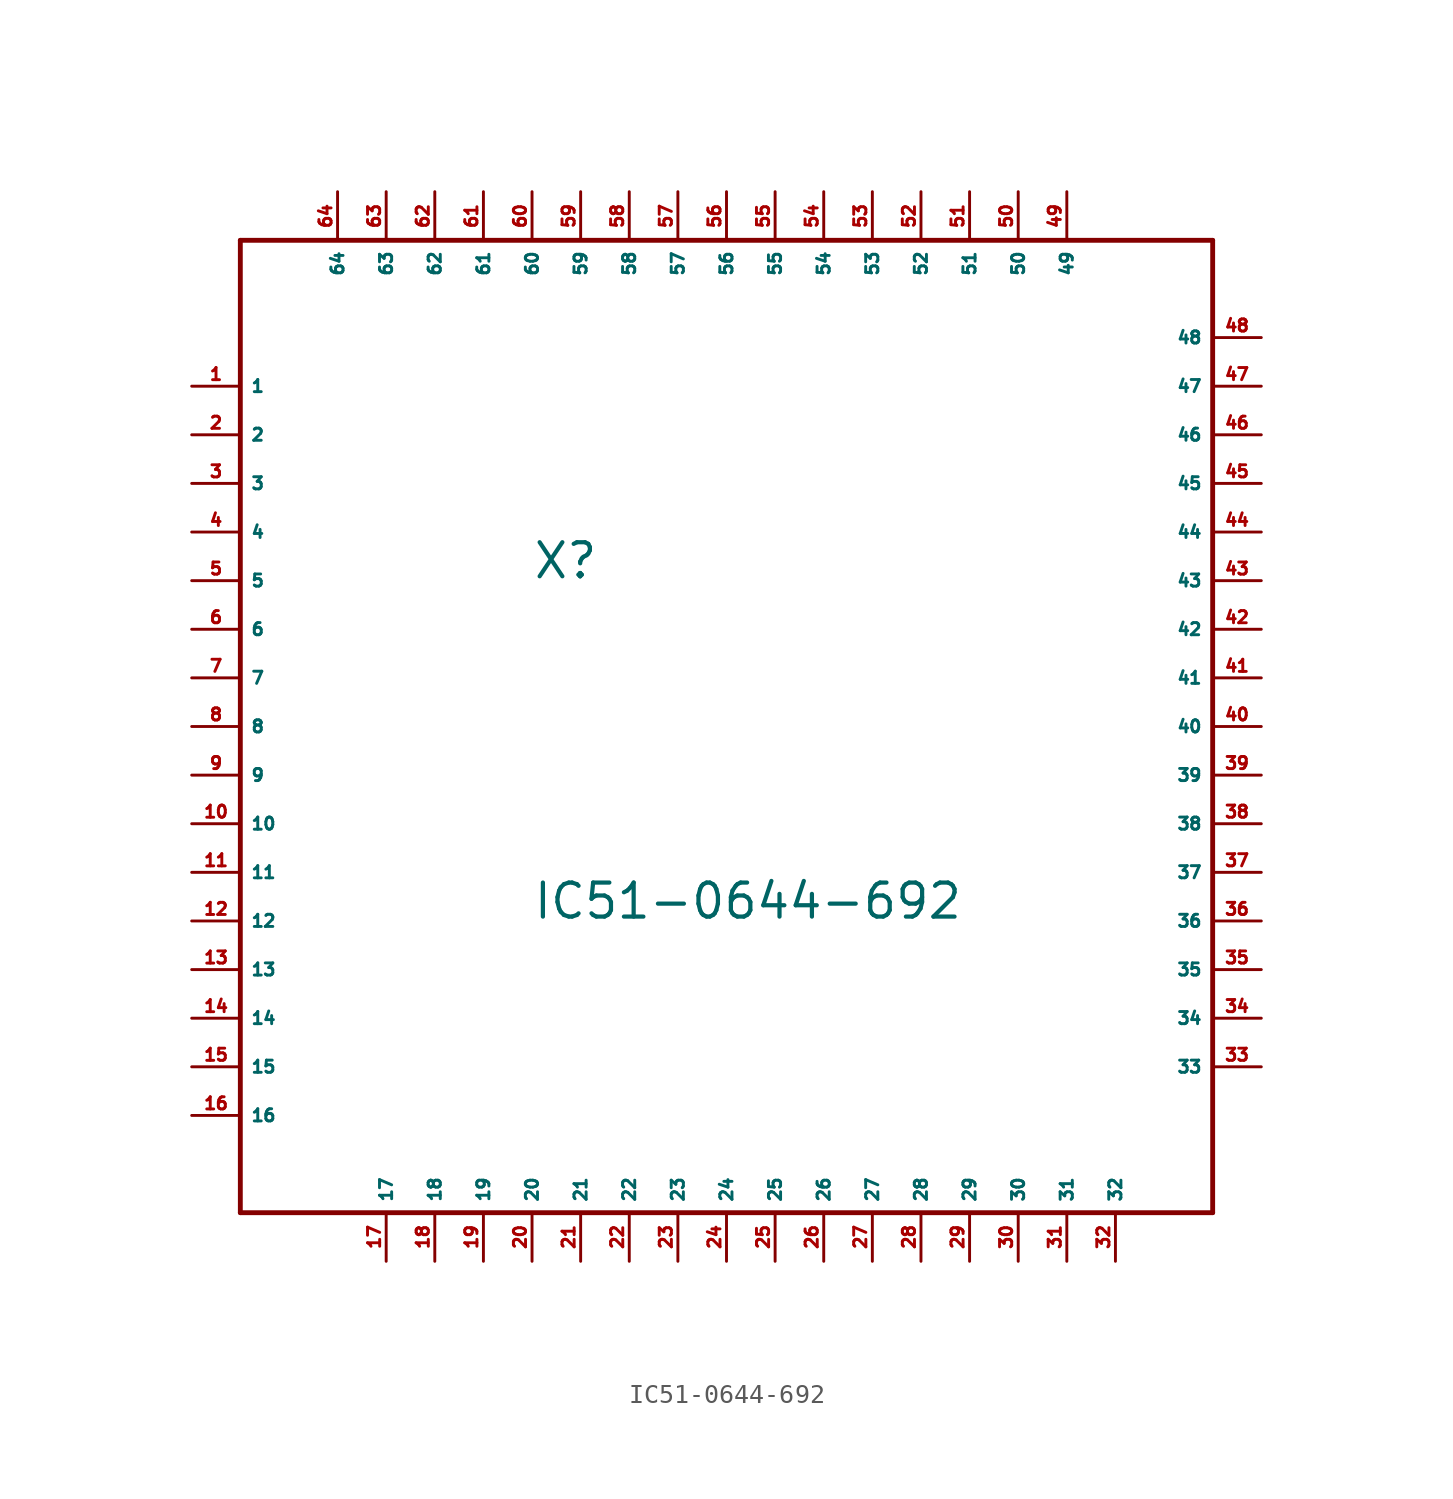
<source format=kicad_sym>
(kicad_symbol_lib
  (version 20220914)
  (generator Eagle2Kicad)
  (symbol "IC51-0644-692"
    (property "Reference" "X"
      (at -10.16 7.62 0)
      (effects (font (size 1.778 1.778) (thickness 0.22)) (justify left bottom)))
    (property "Value" "IC51-0644-692"
      (at -10.16 -10.16 0)
      (effects (font (size 1.778 1.778) (thickness 0.22)) (justify left bottom)))
    (polyline
      (pts (xy -25.4 25.4) (xy 25.4 25.4))
      (stroke (width 0.254) (type default))
      (fill (type none)))
    (polyline
      (pts (xy 25.4 25.4) (xy 25.4 -25.4))
      (stroke (width 0.254) (type default))
      (fill (type none)))
    (polyline
      (pts (xy 25.4 -25.4) (xy -25.4 -25.4))
      (stroke (width 0.254) (type default))
      (fill (type none)))
    (polyline
      (pts (xy -25.4 -25.4) (xy -25.4 25.4))
      (stroke (width 0.254) (type default))
      (fill (type none)))
    (pin passive line
      (at -27.94 17.78 0)
      (length 2.54)
      (name "1" (effects (font (size 0.635 0.635) (thickness 0.08)) (justify left bottom)))
      (number "1" (effects (font (size 0.635 0.635) (thickness 0.08)) (justify left bottom))))
    (pin passive line
      (at -27.94 15.24 0)
      (length 2.54)
      (name "2" (effects (font (size 0.635 0.635) (thickness 0.08)) (justify left bottom)))
      (number "2" (effects (font (size 0.635 0.635) (thickness 0.08)) (justify left bottom))))
    (pin passive line
      (at -27.94 12.7 0)
      (length 2.54)
      (name "3" (effects (font (size 0.635 0.635) (thickness 0.08)) (justify left bottom)))
      (number "3" (effects (font (size 0.635 0.635) (thickness 0.08)) (justify left bottom))))
    (pin passive line
      (at -27.94 10.16 0)
      (length 2.54)
      (name "4" (effects (font (size 0.635 0.635) (thickness 0.08)) (justify left bottom)))
      (number "4" (effects (font (size 0.635 0.635) (thickness 0.08)) (justify left bottom))))
    (pin passive line
      (at -27.94 7.62 0)
      (length 2.54)
      (name "5" (effects (font (size 0.635 0.635) (thickness 0.08)) (justify left bottom)))
      (number "5" (effects (font (size 0.635 0.635) (thickness 0.08)) (justify left bottom))))
    (pin passive line
      (at -27.94 5.08 0)
      (length 2.54)
      (name "6" (effects (font (size 0.635 0.635) (thickness 0.08)) (justify left bottom)))
      (number "6" (effects (font (size 0.635 0.635) (thickness 0.08)) (justify left bottom))))
    (pin passive line
      (at -27.94 2.54 0)
      (length 2.54)
      (name "7" (effects (font (size 0.635 0.635) (thickness 0.08)) (justify left bottom)))
      (number "7" (effects (font (size 0.635 0.635) (thickness 0.08)) (justify left bottom))))
    (pin passive line
      (at -27.94 0 0)
      (length 2.54)
      (name "8" (effects (font (size 0.635 0.635) (thickness 0.08)) (justify left bottom)))
      (number "8" (effects (font (size 0.635 0.635) (thickness 0.08)) (justify left bottom))))
    (pin passive line
      (at -27.94 -2.54 0)
      (length 2.54)
      (name "9" (effects (font (size 0.635 0.635) (thickness 0.08)) (justify left bottom)))
      (number "9" (effects (font (size 0.635 0.635) (thickness 0.08)) (justify left bottom))))
    (pin passive line
      (at -27.94 -5.08 0)
      (length 2.54)
      (name "10" (effects (font (size 0.635 0.635) (thickness 0.08)) (justify left bottom)))
      (number "10" (effects (font (size 0.635 0.635) (thickness 0.08)) (justify left bottom))))
    (pin passive line
      (at -27.94 -7.62 0)
      (length 2.54)
      (name "11" (effects (font (size 0.635 0.635) (thickness 0.08)) (justify left bottom)))
      (number "11" (effects (font (size 0.635 0.635) (thickness 0.08)) (justify left bottom))))
    (pin passive line
      (at -27.94 -10.16 0)
      (length 2.54)
      (name "12" (effects (font (size 0.635 0.635) (thickness 0.08)) (justify left bottom)))
      (number "12" (effects (font (size 0.635 0.635) (thickness 0.08)) (justify left bottom))))
    (pin passive line
      (at -27.94 -12.7 0)
      (length 2.54)
      (name "13" (effects (font (size 0.635 0.635) (thickness 0.08)) (justify left bottom)))
      (number "13" (effects (font (size 0.635 0.635) (thickness 0.08)) (justify left bottom))))
    (pin passive line
      (at -27.94 -15.24 0)
      (length 2.54)
      (name "14" (effects (font (size 0.635 0.635) (thickness 0.08)) (justify left bottom)))
      (number "14" (effects (font (size 0.635 0.635) (thickness 0.08)) (justify left bottom))))
    (pin passive line
      (at -27.94 -17.78 0)
      (length 2.54)
      (name "15" (effects (font (size 0.635 0.635) (thickness 0.08)) (justify left bottom)))
      (number "15" (effects (font (size 0.635 0.635) (thickness 0.08)) (justify left bottom))))
    (pin passive line
      (at -27.94 -20.32 0)
      (length 2.54)
      (name "16" (effects (font (size 0.635 0.635) (thickness 0.08)) (justify left bottom)))
      (number "16" (effects (font (size 0.635 0.635) (thickness 0.08)) (justify left bottom))))
    (pin passive line
      (at -17.78 -27.94 90)
      (length 2.54)
      (name "17" (effects (font (size 0.635 0.635) (thickness 0.08)) (justify left bottom)))
      (number "17" (effects (font (size 0.635 0.635) (thickness 0.08)) (justify left bottom))))
    (pin passive line
      (at -15.24 -27.94 90)
      (length 2.54)
      (name "18" (effects (font (size 0.635 0.635) (thickness 0.08)) (justify left bottom)))
      (number "18" (effects (font (size 0.635 0.635) (thickness 0.08)) (justify left bottom))))
    (pin passive line
      (at -12.7 -27.94 90)
      (length 2.54)
      (name "19" (effects (font (size 0.635 0.635) (thickness 0.08)) (justify left bottom)))
      (number "19" (effects (font (size 0.635 0.635) (thickness 0.08)) (justify left bottom))))
    (pin passive line
      (at -10.16 -27.94 90)
      (length 2.54)
      (name "20" (effects (font (size 0.635 0.635) (thickness 0.08)) (justify left bottom)))
      (number "20" (effects (font (size 0.635 0.635) (thickness 0.08)) (justify left bottom))))
    (pin passive line
      (at -7.62 -27.94 90)
      (length 2.54)
      (name "21" (effects (font (size 0.635 0.635) (thickness 0.08)) (justify left bottom)))
      (number "21" (effects (font (size 0.635 0.635) (thickness 0.08)) (justify left bottom))))
    (pin passive line
      (at -5.08 -27.94 90)
      (length 2.54)
      (name "22" (effects (font (size 0.635 0.635) (thickness 0.08)) (justify left bottom)))
      (number "22" (effects (font (size 0.635 0.635) (thickness 0.08)) (justify left bottom))))
    (pin passive line
      (at -2.54 -27.94 90)
      (length 2.54)
      (name "23" (effects (font (size 0.635 0.635) (thickness 0.08)) (justify left bottom)))
      (number "23" (effects (font (size 0.635 0.635) (thickness 0.08)) (justify left bottom))))
    (pin passive line
      (at 0 -27.94 90)
      (length 2.54)
      (name "24" (effects (font (size 0.635 0.635) (thickness 0.08)) (justify left bottom)))
      (number "24" (effects (font (size 0.635 0.635) (thickness 0.08)) (justify left bottom))))
    (pin passive line
      (at 2.54 -27.94 90)
      (length 2.54)
      (name "25" (effects (font (size 0.635 0.635) (thickness 0.08)) (justify left bottom)))
      (number "25" (effects (font (size 0.635 0.635) (thickness 0.08)) (justify left bottom))))
    (pin passive line
      (at 5.08 -27.94 90)
      (length 2.54)
      (name "26" (effects (font (size 0.635 0.635) (thickness 0.08)) (justify left bottom)))
      (number "26" (effects (font (size 0.635 0.635) (thickness 0.08)) (justify left bottom))))
    (pin passive line
      (at 7.62 -27.94 90)
      (length 2.54)
      (name "27" (effects (font (size 0.635 0.635) (thickness 0.08)) (justify left bottom)))
      (number "27" (effects (font (size 0.635 0.635) (thickness 0.08)) (justify left bottom))))
    (pin passive line
      (at 10.16 -27.94 90)
      (length 2.54)
      (name "28" (effects (font (size 0.635 0.635) (thickness 0.08)) (justify left bottom)))
      (number "28" (effects (font (size 0.635 0.635) (thickness 0.08)) (justify left bottom))))
    (pin passive line
      (at 12.7 -27.94 90)
      (length 2.54)
      (name "29" (effects (font (size 0.635 0.635) (thickness 0.08)) (justify left bottom)))
      (number "29" (effects (font (size 0.635 0.635) (thickness 0.08)) (justify left bottom))))
    (pin passive line
      (at 15.24 -27.94 90)
      (length 2.54)
      (name "30" (effects (font (size 0.635 0.635) (thickness 0.08)) (justify left bottom)))
      (number "30" (effects (font (size 0.635 0.635) (thickness 0.08)) (justify left bottom))))
    (pin passive line
      (at 17.78 -27.94 90)
      (length 2.54)
      (name "31" (effects (font (size 0.635 0.635) (thickness 0.08)) (justify left bottom)))
      (number "31" (effects (font (size 0.635 0.635) (thickness 0.08)) (justify left bottom))))
    (pin passive line
      (at 20.32 -27.94 90)
      (length 2.54)
      (name "32" (effects (font (size 0.635 0.635) (thickness 0.08)) (justify left bottom)))
      (number "32" (effects (font (size 0.635 0.635) (thickness 0.08)) (justify left bottom))))
    (pin passive line
      (at 27.94 -17.78 180)
      (length 2.54)
      (name "33" (effects (font (size 0.635 0.635) (thickness 0.08)) (justify left bottom)))
      (number "33" (effects (font (size 0.635 0.635) (thickness 0.08)) (justify left bottom))))
    (pin passive line
      (at 27.94 -15.24 180)
      (length 2.54)
      (name "34" (effects (font (size 0.635 0.635) (thickness 0.08)) (justify left bottom)))
      (number "34" (effects (font (size 0.635 0.635) (thickness 0.08)) (justify left bottom))))
    (pin passive line
      (at 27.94 -12.7 180)
      (length 2.54)
      (name "35" (effects (font (size 0.635 0.635) (thickness 0.08)) (justify left bottom)))
      (number "35" (effects (font (size 0.635 0.635) (thickness 0.08)) (justify left bottom))))
    (pin passive line
      (at 27.94 -10.16 180)
      (length 2.54)
      (name "36" (effects (font (size 0.635 0.635) (thickness 0.08)) (justify left bottom)))
      (number "36" (effects (font (size 0.635 0.635) (thickness 0.08)) (justify left bottom))))
    (pin passive line
      (at 27.94 -7.62 180)
      (length 2.54)
      (name "37" (effects (font (size 0.635 0.635) (thickness 0.08)) (justify left bottom)))
      (number "37" (effects (font (size 0.635 0.635) (thickness 0.08)) (justify left bottom))))
    (pin passive line
      (at 27.94 -5.08 180)
      (length 2.54)
      (name "38" (effects (font (size 0.635 0.635) (thickness 0.08)) (justify left bottom)))
      (number "38" (effects (font (size 0.635 0.635) (thickness 0.08)) (justify left bottom))))
    (pin passive line
      (at 27.94 -2.54 180)
      (length 2.54)
      (name "39" (effects (font (size 0.635 0.635) (thickness 0.08)) (justify left bottom)))
      (number "39" (effects (font (size 0.635 0.635) (thickness 0.08)) (justify left bottom))))
    (pin passive line
      (at 27.94 0 180)
      (length 2.54)
      (name "40" (effects (font (size 0.635 0.635) (thickness 0.08)) (justify left bottom)))
      (number "40" (effects (font (size 0.635 0.635) (thickness 0.08)) (justify left bottom))))
    (pin passive line
      (at 27.94 2.54 180)
      (length 2.54)
      (name "41" (effects (font (size 0.635 0.635) (thickness 0.08)) (justify left bottom)))
      (number "41" (effects (font (size 0.635 0.635) (thickness 0.08)) (justify left bottom))))
    (pin passive line
      (at 27.94 5.08 180)
      (length 2.54)
      (name "42" (effects (font (size 0.635 0.635) (thickness 0.08)) (justify left bottom)))
      (number "42" (effects (font (size 0.635 0.635) (thickness 0.08)) (justify left bottom))))
    (pin passive line
      (at 27.94 7.62 180)
      (length 2.54)
      (name "43" (effects (font (size 0.635 0.635) (thickness 0.08)) (justify left bottom)))
      (number "43" (effects (font (size 0.635 0.635) (thickness 0.08)) (justify left bottom))))
    (pin passive line
      (at 27.94 10.16 180)
      (length 2.54)
      (name "44" (effects (font (size 0.635 0.635) (thickness 0.08)) (justify left bottom)))
      (number "44" (effects (font (size 0.635 0.635) (thickness 0.08)) (justify left bottom))))
    (pin passive line
      (at 27.94 12.7 180)
      (length 2.54)
      (name "45" (effects (font (size 0.635 0.635) (thickness 0.08)) (justify left bottom)))
      (number "45" (effects (font (size 0.635 0.635) (thickness 0.08)) (justify left bottom))))
    (pin passive line
      (at 27.94 15.24 180)
      (length 2.54)
      (name "46" (effects (font (size 0.635 0.635) (thickness 0.08)) (justify left bottom)))
      (number "46" (effects (font (size 0.635 0.635) (thickness 0.08)) (justify left bottom))))
    (pin passive line
      (at 27.94 17.78 180)
      (length 2.54)
      (name "47" (effects (font (size 0.635 0.635) (thickness 0.08)) (justify left bottom)))
      (number "47" (effects (font (size 0.635 0.635) (thickness 0.08)) (justify left bottom))))
    (pin passive line
      (at 27.94 20.32 180)
      (length 2.54)
      (name "48" (effects (font (size 0.635 0.635) (thickness 0.08)) (justify left bottom)))
      (number "48" (effects (font (size 0.635 0.635) (thickness 0.08)) (justify left bottom))))
    (pin passive line
      (at 17.78 27.94 270)
      (length 2.54)
      (name "49" (effects (font (size 0.635 0.635) (thickness 0.08)) (justify left bottom)))
      (number "49" (effects (font (size 0.635 0.635) (thickness 0.08)) (justify left bottom))))
    (pin passive line
      (at 15.24 27.94 270)
      (length 2.54)
      (name "50" (effects (font (size 0.635 0.635) (thickness 0.08)) (justify left bottom)))
      (number "50" (effects (font (size 0.635 0.635) (thickness 0.08)) (justify left bottom))))
    (pin passive line
      (at 12.7 27.94 270)
      (length 2.54)
      (name "51" (effects (font (size 0.635 0.635) (thickness 0.08)) (justify left bottom)))
      (number "51" (effects (font (size 0.635 0.635) (thickness 0.08)) (justify left bottom))))
    (pin passive line
      (at 10.16 27.94 270)
      (length 2.54)
      (name "52" (effects (font (size 0.635 0.635) (thickness 0.08)) (justify left bottom)))
      (number "52" (effects (font (size 0.635 0.635) (thickness 0.08)) (justify left bottom))))
    (pin passive line
      (at 7.62 27.94 270)
      (length 2.54)
      (name "53" (effects (font (size 0.635 0.635) (thickness 0.08)) (justify left bottom)))
      (number "53" (effects (font (size 0.635 0.635) (thickness 0.08)) (justify left bottom))))
    (pin passive line
      (at 5.08 27.94 270)
      (length 2.54)
      (name "54" (effects (font (size 0.635 0.635) (thickness 0.08)) (justify left bottom)))
      (number "54" (effects (font (size 0.635 0.635) (thickness 0.08)) (justify left bottom))))
    (pin passive line
      (at 2.54 27.94 270)
      (length 2.54)
      (name "55" (effects (font (size 0.635 0.635) (thickness 0.08)) (justify left bottom)))
      (number "55" (effects (font (size 0.635 0.635) (thickness 0.08)) (justify left bottom))))
    (pin passive line
      (at 0 27.94 270)
      (length 2.54)
      (name "56" (effects (font (size 0.635 0.635) (thickness 0.08)) (justify left bottom)))
      (number "56" (effects (font (size 0.635 0.635) (thickness 0.08)) (justify left bottom))))
    (pin passive line
      (at -2.54 27.94 270)
      (length 2.54)
      (name "57" (effects (font (size 0.635 0.635) (thickness 0.08)) (justify left bottom)))
      (number "57" (effects (font (size 0.635 0.635) (thickness 0.08)) (justify left bottom))))
    (pin passive line
      (at -5.08 27.94 270)
      (length 2.54)
      (name "58" (effects (font (size 0.635 0.635) (thickness 0.08)) (justify left bottom)))
      (number "58" (effects (font (size 0.635 0.635) (thickness 0.08)) (justify left bottom))))
    (pin passive line
      (at -7.62 27.94 270)
      (length 2.54)
      (name "59" (effects (font (size 0.635 0.635) (thickness 0.08)) (justify left bottom)))
      (number "59" (effects (font (size 0.635 0.635) (thickness 0.08)) (justify left bottom))))
    (pin passive line
      (at -10.16 27.94 270)
      (length 2.54)
      (name "60" (effects (font (size 0.635 0.635) (thickness 0.08)) (justify left bottom)))
      (number "60" (effects (font (size 0.635 0.635) (thickness 0.08)) (justify left bottom))))
    (pin passive line
      (at -12.7 27.94 270)
      (length 2.54)
      (name "61" (effects (font (size 0.635 0.635) (thickness 0.08)) (justify left bottom)))
      (number "61" (effects (font (size 0.635 0.635) (thickness 0.08)) (justify left bottom))))
    (pin passive line
      (at -15.24 27.94 270)
      (length 2.54)
      (name "62" (effects (font (size 0.635 0.635) (thickness 0.08)) (justify left bottom)))
      (number "62" (effects (font (size 0.635 0.635) (thickness 0.08)) (justify left bottom))))
    (pin passive line
      (at -17.78 27.94 270)
      (length 2.54)
      (name "63" (effects (font (size 0.635 0.635) (thickness 0.08)) (justify left bottom)))
      (number "63" (effects (font (size 0.635 0.635) (thickness 0.08)) (justify left bottom))))
    (pin passive line
      (at -20.32 27.94 270)
      (length 2.54)
      (name "64" (effects (font (size 0.635 0.635) (thickness 0.08)) (justify left bottom)))
      (number "64" (effects (font (size 0.635 0.635) (thickness 0.08)) (justify left bottom))))))
</source>
